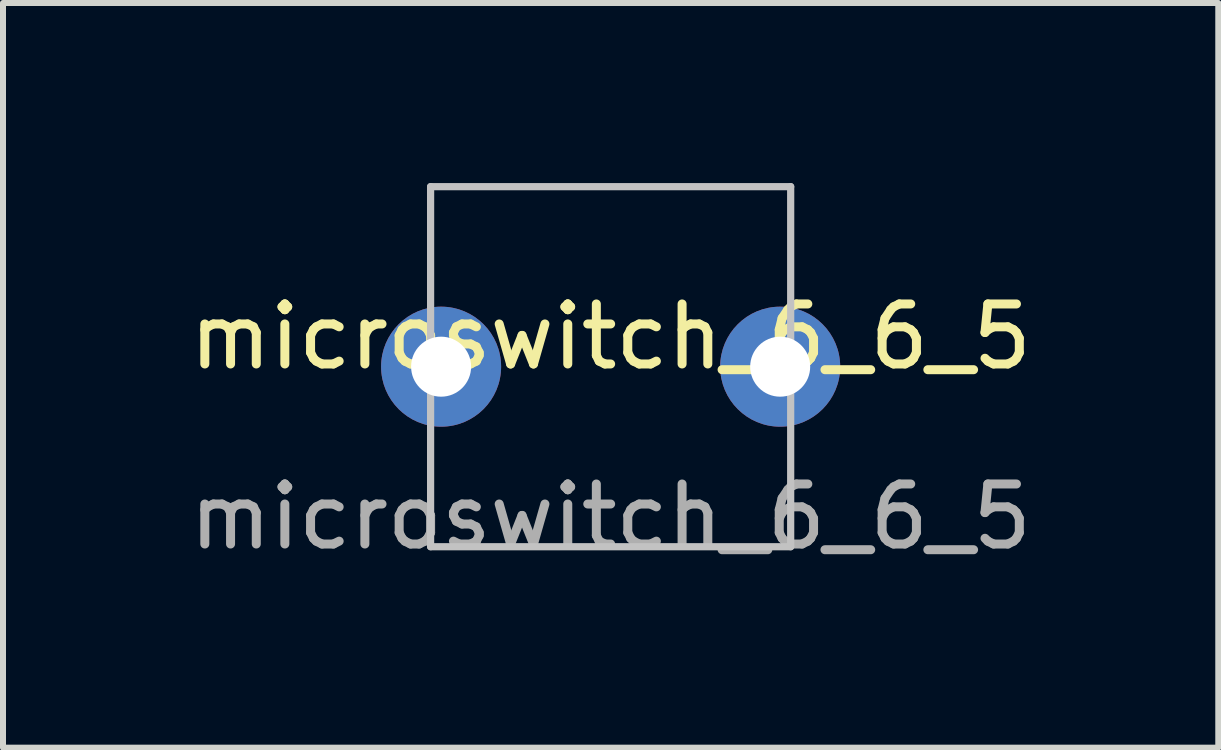
<source format=kicad_pcb>
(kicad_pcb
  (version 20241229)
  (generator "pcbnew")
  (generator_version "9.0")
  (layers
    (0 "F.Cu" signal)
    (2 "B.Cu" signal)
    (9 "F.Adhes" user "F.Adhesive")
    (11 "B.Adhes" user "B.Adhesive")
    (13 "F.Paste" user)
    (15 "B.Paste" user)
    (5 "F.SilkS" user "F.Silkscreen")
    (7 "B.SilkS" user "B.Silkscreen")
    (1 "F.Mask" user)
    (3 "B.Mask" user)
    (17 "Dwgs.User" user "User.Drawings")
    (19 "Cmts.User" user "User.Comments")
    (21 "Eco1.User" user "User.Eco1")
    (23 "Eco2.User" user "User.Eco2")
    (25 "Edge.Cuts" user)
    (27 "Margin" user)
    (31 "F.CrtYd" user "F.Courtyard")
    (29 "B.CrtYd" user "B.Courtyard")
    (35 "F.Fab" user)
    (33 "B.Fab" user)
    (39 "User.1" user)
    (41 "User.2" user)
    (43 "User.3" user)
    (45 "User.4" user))
  (footprint "microswitch_6_6_5"
    (layer "F.Cu")
    (at 7.125 3.06)
    (property "Reference" "microswitch_6_6_5" (at 0 -0.5 0) (unlocked yes) (layer "F.SilkS") (effects (font (size 1 1) (thickness 0.15))))
    (attr through_hole)
    (fp_line (start -3 -3) (end 3 -3) (stroke (width 0.12) (type solid)) (layer "Dwgs.User"))
    (fp_line (start -3 3) (end -3 -3) (stroke (width 0.12) (type solid)) (layer "Dwgs.User"))
    (fp_line (start 3 -3) (end 3 3) (stroke (width 0.12) (type solid)) (layer "Dwgs.User"))
    (fp_line (start 3 3) (end -3 3) (stroke (width 0.12) (type solid)) (layer "Dwgs.User"))
    (fp_text user "${REFERENCE}" (at 0 2.5 0) (unlocked yes) (layer "F.Fab") (effects (font (size 1 1) (thickness 0.15))))
    (pad "1" thru_hole circle (at 2.825 0) (size 2 2) (drill 1) (layers "*.Cu" "*.Mask"))
    (pad "2" thru_hole circle (at -2.825 0) (size 2 2) (drill 1) (layers "*.Cu" "*.Mask")))
  (gr_rect
    (start -3 -3)
    (end 17.25 9.408)
    (stroke (width 0.1) (type default))
    (fill no)
    (layer "Edge.Cuts")))
</source>
